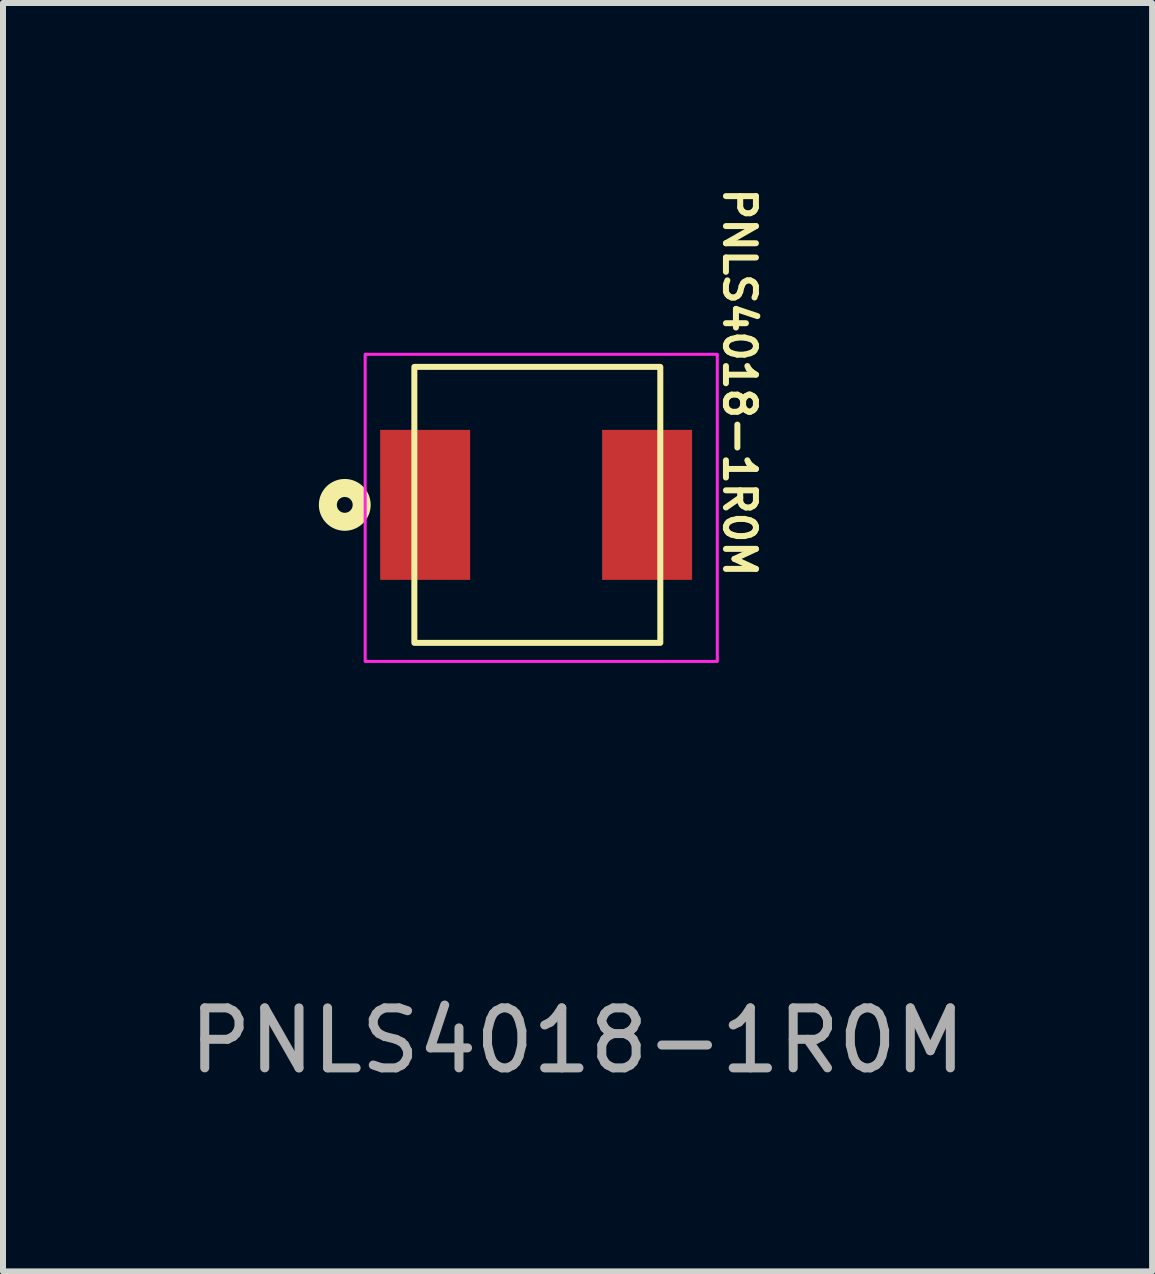
<source format=kicad_pcb>
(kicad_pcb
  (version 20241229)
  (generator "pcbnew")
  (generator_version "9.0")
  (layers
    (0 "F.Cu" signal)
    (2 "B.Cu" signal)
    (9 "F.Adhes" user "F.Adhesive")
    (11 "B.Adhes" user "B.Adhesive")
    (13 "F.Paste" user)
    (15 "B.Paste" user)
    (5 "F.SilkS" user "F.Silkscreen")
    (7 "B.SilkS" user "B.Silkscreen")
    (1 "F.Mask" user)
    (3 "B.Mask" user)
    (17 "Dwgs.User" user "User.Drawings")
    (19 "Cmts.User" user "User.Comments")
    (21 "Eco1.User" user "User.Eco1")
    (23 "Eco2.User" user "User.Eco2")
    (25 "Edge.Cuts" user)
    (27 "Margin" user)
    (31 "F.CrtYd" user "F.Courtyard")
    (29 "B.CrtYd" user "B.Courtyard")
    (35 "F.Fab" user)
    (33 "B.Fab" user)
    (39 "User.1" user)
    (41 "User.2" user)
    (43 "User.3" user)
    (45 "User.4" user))
  (footprint "PNLS4018-1R0M"
    (layer "F.Cu")
    (at 4.037 5.366)
    (property "Reference" "PNLS4018-1R0M" (at 5.24 -2.04 270) (unlocked yes) (layer "F.SilkS") (effects (font (size 0.5 0.5) (thickness 0.1))))
    (attr smd)
    (fp_rect (start -0.18 -2.3) (end 3.92 2.3) (stroke (width 0.1) (type default)) (fill no) (layer "F.SilkS"))
    (fp_circle (center -1.34 0) (end -1.208 0) (stroke (width 0.3) (type default)) (fill no) (layer "F.SilkS"))
    (fp_rect (start -1 -2.51) (end 4.87 2.61) (stroke (width 0.05) (type default)) (fill no) (layer "F.CrtYd"))
    (fp_text user "${REFERENCE}" (at 2.54 8.93 0) (unlocked yes) (layer "F.Fab") (effects (font (size 1 1) (thickness 0.15))))
    (pad "1" smd rect (at 0 0 180) (size 1.5 2.5) (layers "F.Cu" "F.Mask" "F.Paste"))
    (pad "2" smd rect (at 3.7 0 180) (size 1.5 2.5) (layers "F.Cu" "F.Mask" "F.Paste")))
  (gr_rect
    (start -3 -3)
    (end 16.155 18.144)
    (stroke (width 0.1) (type default))
    (fill no)
    (layer "Edge.Cuts")))
</source>
